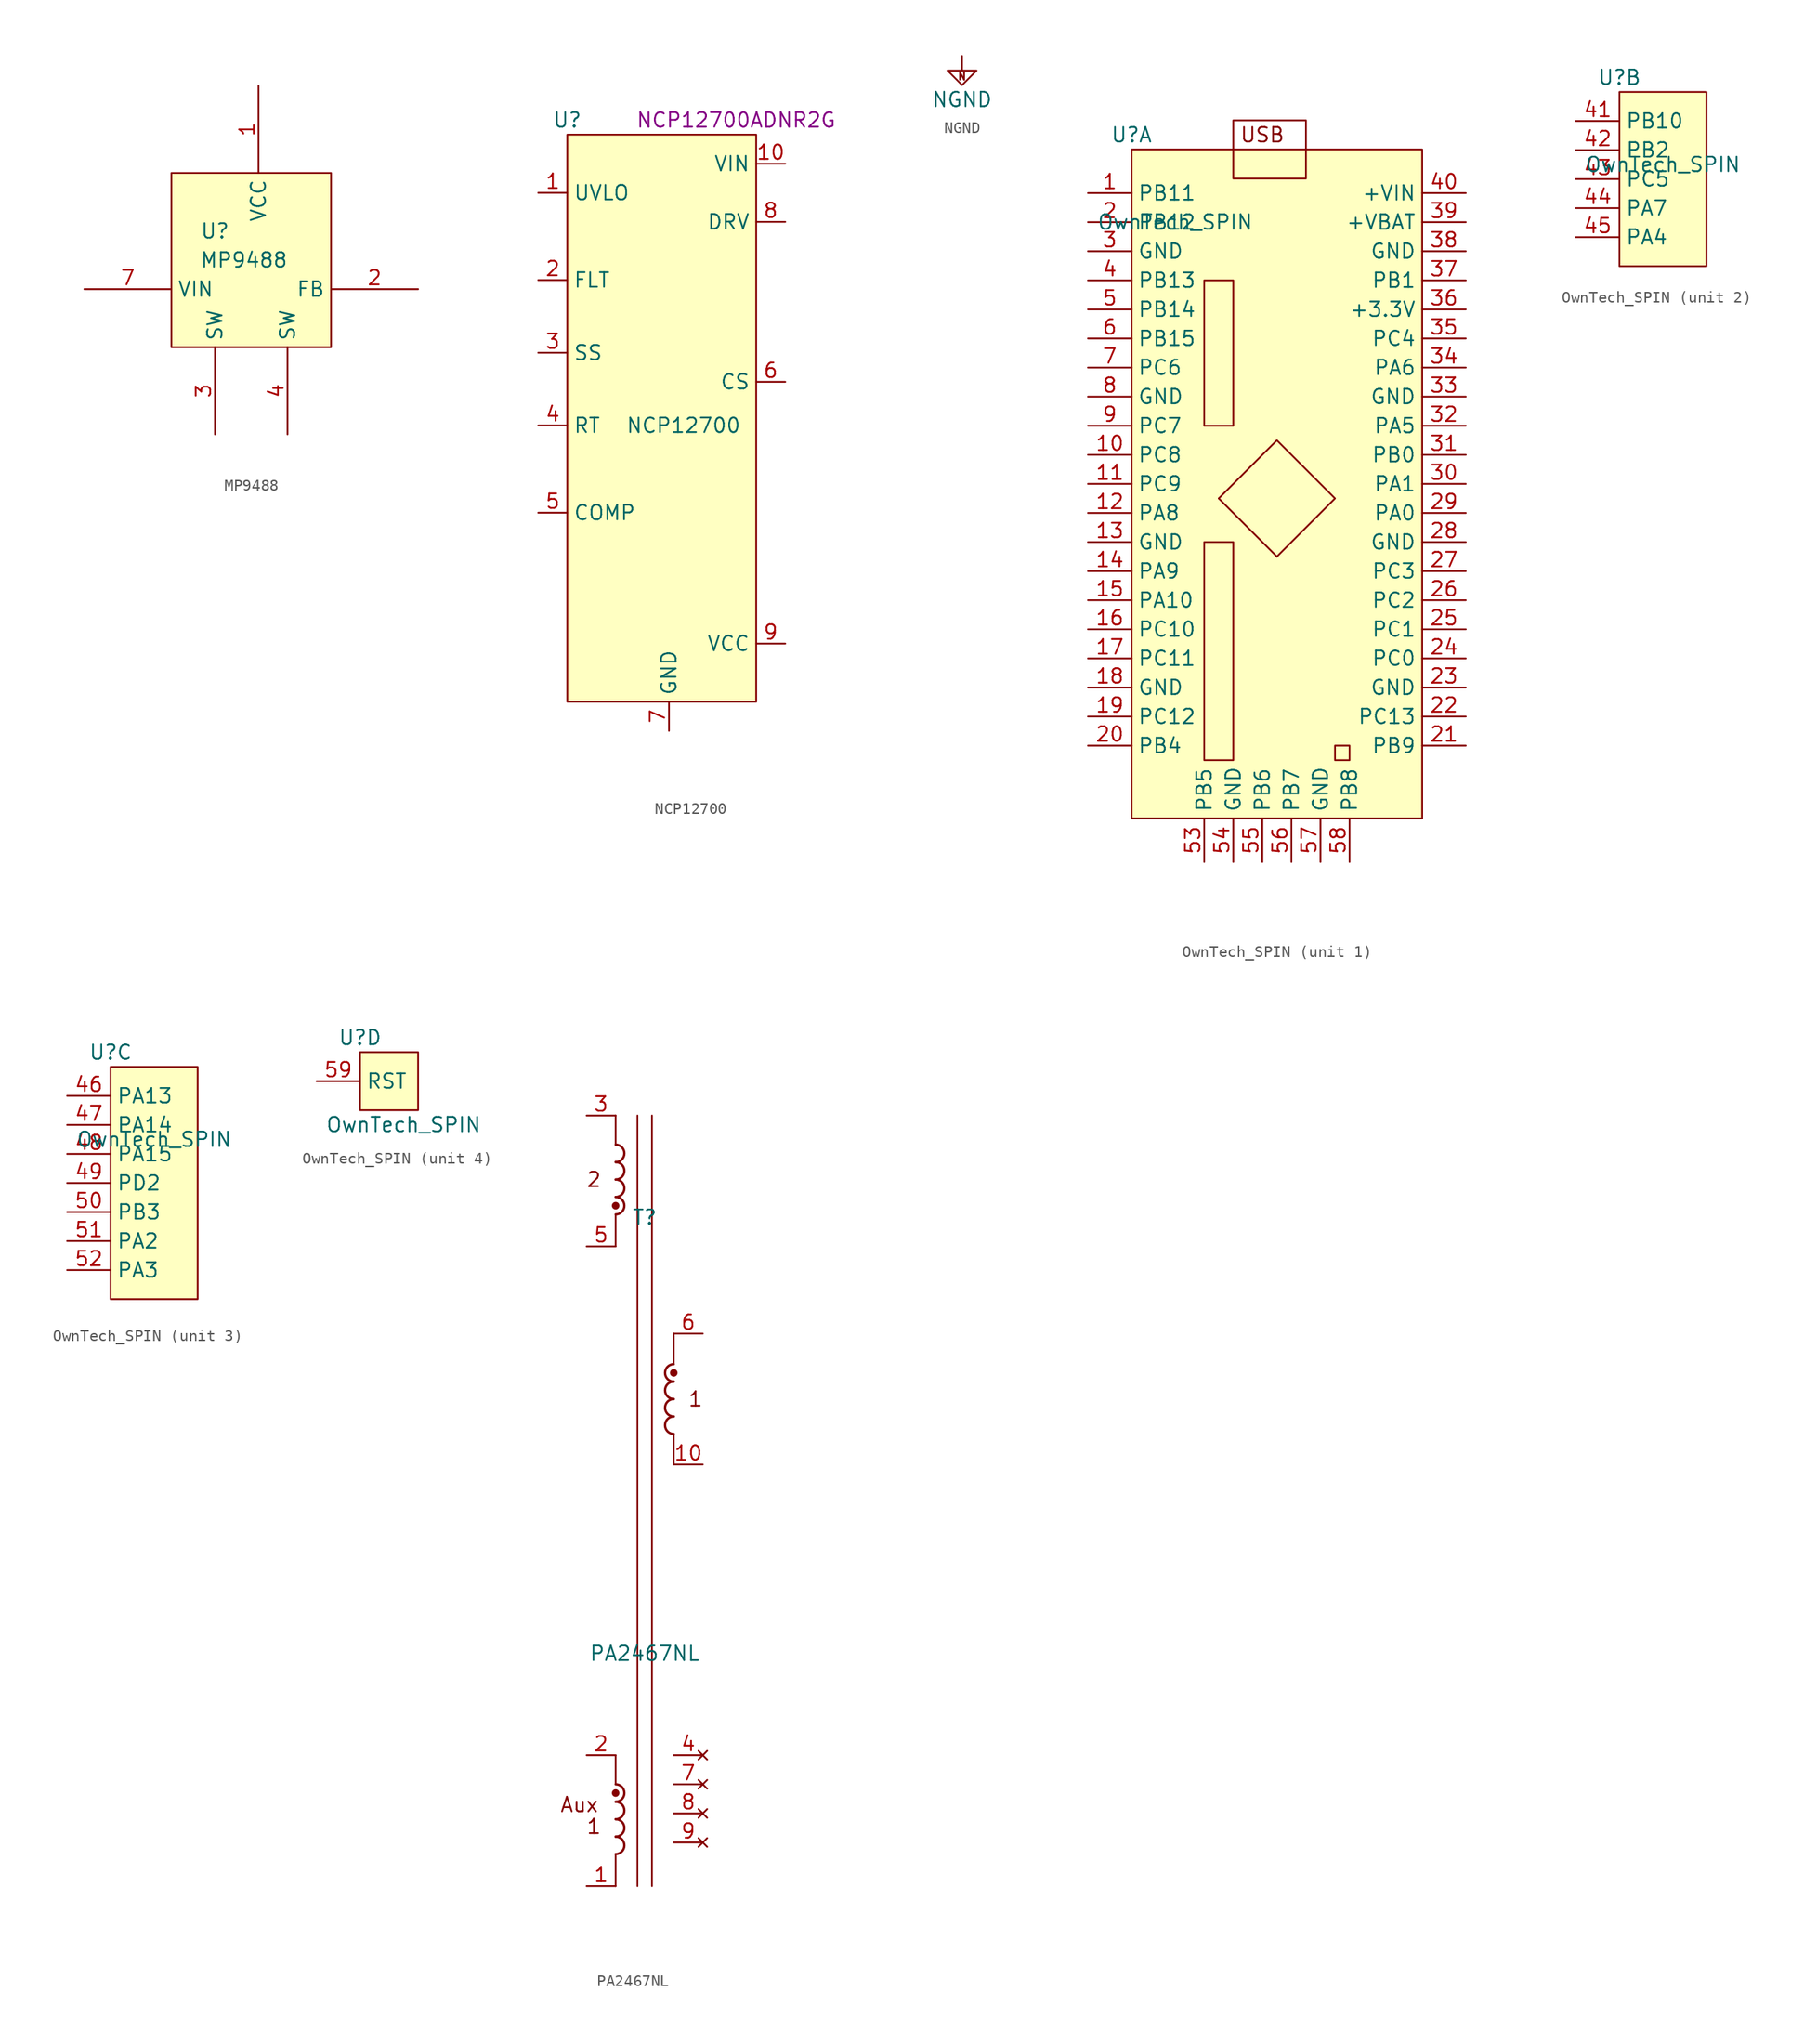
<source format=kicad_sym>
(kicad_symbol_lib
  (version 20220914)
  (generator kicad_symbol_editor)
  (symbol "MP9488"
    (property "Reference" "U"
      (at -3.81 1.27 0)
      (effects (font (size 1.27 1.27))))
    (property "Value" "MP9488"
      (at -1.27 -1.27 0)
      (effects (font (size 1.27 1.27))))
    (symbol "MP9488_0_1"
      (rectangle (start -7.62 6.35) (end 6.35 -8.89) (stroke (width 0) (type default)) (fill (type background))))
    (symbol "MP9488_1_1"
      (pin power_in line (at 0 13.97 270) (length 7.62) (name "VCC" (effects (font (size 1.27 1.27)))) (number "1" (effects (font (size 1.27 1.27)))))
      (pin input line (at 13.97 -3.81 180) (length 7.62) (name "FB" (effects (font (size 1.27 1.27)))) (number "2" (effects (font (size 1.27 1.27)))))
      (pin power_out line (at -3.81 -16.51 90) (length 7.62) (name "SW" (effects (font (size 1.27 1.27)))) (number "3" (effects (font (size 1.27 1.27)))))
      (pin power_out line (at 2.54 -16.51 90) (length 7.62) (name "SW" (effects (font (size 1.27 1.27)))) (number "4" (effects (font (size 1.27 1.27)))))
      (pin power_in line (at -15.24 -3.81 0) (length 7.62) (name "VIN" (effects (font (size 1.27 1.27)))) (number "7" (effects (font (size 1.27 1.27)))))))
  (symbol "NCP12700"
    (property "Reference" "U"
      (at -8.89 8.89 0)
      (effects (font (size 1.27 1.27))))
    (property "Value" "NCP12700"
      (at 1.27 -17.78 0)
      (effects (font (size 1.27 1.27))))
    (property "manf#" "NCP12700ADNR2G "
      (at 6.35 8.89 0)
      (effects (font (size 1.27 1.27))))
    (symbol "NCP12700_0_1"
      (rectangle (start -8.89 7.62) (end 7.62 -41.91) (stroke (width 0) (type default)) (fill (type background))))
    (symbol "NCP12700_1_1"
      (pin input line (at -11.43 2.54 0) (length 2.54) (name "UVLO" (effects (font (size 1.27 1.27)))) (number "1" (effects (font (size 1.27 1.27)))))
      (pin power_in line (at 10.16 5.08 180) (length 2.54) (name "VIN" (effects (font (size 1.27 1.27)))) (number "10" (effects (font (size 1.27 1.27)))))
      (pin input line (at -11.43 -5.08 0) (length 2.54) (name "FLT" (effects (font (size 1.27 1.27)))) (number "2" (effects (font (size 1.27 1.27)))))
      (pin input line (at -11.43 -11.43 0) (length 2.54) (name "SS" (effects (font (size 1.27 1.27)))) (number "3" (effects (font (size 1.27 1.27)))))
      (pin input line (at -11.43 -17.78 0) (length 2.54) (name "RT" (effects (font (size 1.27 1.27)))) (number "4" (effects (font (size 1.27 1.27)))))
      (pin input line (at -11.43 -25.4 0) (length 2.54) (name "COMP" (effects (font (size 1.27 1.27)))) (number "5" (effects (font (size 1.27 1.27)))))
      (pin input line (at 10.16 -13.97 180) (length 2.54) (name "CS" (effects (font (size 1.27 1.27)))) (number "6" (effects (font (size 1.27 1.27)))))
      (pin passive line (at 0 -44.45 90) (length 2.54) (name "GND" (effects (font (size 1.27 1.27)))) (number "7" (effects (font (size 1.27 1.27)))))
      (pin output line (at 10.16 0 180) (length 2.54) (name "DRV" (effects (font (size 1.27 1.27)))) (number "8" (effects (font (size 1.27 1.27)))))
      (pin power_in line (at 10.16 -36.83 180) (length 2.54) (name "VCC" (effects (font (size 1.27 1.27)))) (number "9" (effects (font (size 1.27 1.27)))))))
  (symbol "NGND"
    (power)
    (pin_names
      (offset 0))
    (property "Reference" "#PWR"
      (at 0 -6.35 0)
      (effects (font (size 1.27 1.27)) hide))
    (property "Value" "NGND"
      (at 0 -3.81 0)
      (effects (font (size 1.27 1.27))))
    (symbol "NGND_0_0"
      (text "N" (at 0 -1.778 0) (effects (font (size 0.63 0.63)))))
    (symbol "NGND_0_1"
      (polyline (pts (xy 0 0) (xy 0 -1.27) (xy 1.27 -1.27) (xy 0 -2.54) (xy -1.27 -1.27) (xy 0 -1.27)) (stroke (width 0) (type default)) (fill (type none))))
    (symbol "NGND_1_1"
      (pin power_in line (at 0 0 270) (length 0) hide (name "NGND" (effects (font (size 1.27 1.27)))) (number "1" (effects (font (size 1.27 1.27)))))))
  (symbol "OwnTech_SPIN"
    (property "Reference" "U"
      (at 0 1.27 0)
      (effects (font (size 1.27 1.27))))
    (property "Value" "OwnTech_SPIN"
      (at 3.81 -6.35 0)
      (effects (font (size 1.27 1.27))))
    (property "ki_locked" ""
      (at 0 0 0)
      (effects (font (size 1.27 1.27))))
    (symbol "OwnTech_SPIN_1_1"
      (polyline (pts (xy 12.7 -35.56) (xy 7.62 -30.48)) (stroke (width 0) (type default)) (fill (type none)))
      (polyline (pts (xy 7.62 -30.48) (xy 12.7 -25.4) (xy 17.78 -30.48) (xy 12.7 -35.56)) (stroke (width 0) (type default)) (fill (type none)))
      (rectangle (start 0 0) (end 25.4 -58.42) (stroke (width 0) (type default)) (fill (type background)))
      (rectangle (start 6.35 -34.29) (end 8.89 -53.34) (stroke (width 0) (type default)) (fill (type none)))
      (rectangle (start 6.35 -11.43) (end 8.89 -24.13) (stroke (width 0) (type default)) (fill (type none)))
      (rectangle (start 8.89 2.54) (end 15.24 -2.54) (stroke (width 0) (type default)) (fill (type none)))
      (rectangle (start 17.78 -52.07) (end 19.05 -53.34) (stroke (width 0) (type default)) (fill (type none)))
      (text "USB" (at 11.43 1.27 0) (effects (font (size 1.27 1.27))))
      (pin passive line (at -3.81 -3.81 0) (length 3.81) (name "PB11" (effects (font (size 1.27 1.27)))) (number "1" (effects (font (size 1.27 1.27)))))
      (pin passive line (at -3.81 -26.67 0) (length 3.81) (name "PC8" (effects (font (size 1.27 1.27)))) (number "10" (effects (font (size 1.27 1.27)))))
      (pin passive line (at -3.81 -29.21 0) (length 3.81) (name "PC9" (effects (font (size 1.27 1.27)))) (number "11" (effects (font (size 1.27 1.27)))))
      (pin passive line (at -3.81 -31.75 0) (length 3.81) (name "PA8" (effects (font (size 1.27 1.27)))) (number "12" (effects (font (size 1.27 1.27)))))
      (pin passive line (at -3.81 -34.29 0) (length 3.81) (name "GND" (effects (font (size 1.27 1.27)))) (number "13" (effects (font (size 1.27 1.27)))))
      (pin passive line (at -3.81 -36.83 0) (length 3.81) (name "PA9" (effects (font (size 1.27 1.27)))) (number "14" (effects (font (size 1.27 1.27)))))
      (pin passive line (at -3.81 -39.37 0) (length 3.81) (name "PA10" (effects (font (size 1.27 1.27)))) (number "15" (effects (font (size 1.27 1.27)))))
      (pin passive line (at -3.81 -41.91 0) (length 3.81) (name "PC10" (effects (font (size 1.27 1.27)))) (number "16" (effects (font (size 1.27 1.27)))))
      (pin passive line (at -3.81 -44.45 0) (length 3.81) (name "PC11" (effects (font (size 1.27 1.27)))) (number "17" (effects (font (size 1.27 1.27)))))
      (pin passive line (at -3.81 -46.99 0) (length 3.81) (name "GND" (effects (font (size 1.27 1.27)))) (number "18" (effects (font (size 1.27 1.27)))))
      (pin passive line (at -3.81 -49.53 0) (length 3.81) (name "PC12" (effects (font (size 1.27 1.27)))) (number "19" (effects (font (size 1.27 1.27)))))
      (pin passive line (at -3.81 -6.35 0) (length 3.81) (name "PB12" (effects (font (size 1.27 1.27)))) (number "2" (effects (font (size 1.27 1.27)))))
      (pin passive line (at -3.81 -52.07 0) (length 3.81) (name "PB4" (effects (font (size 1.27 1.27)))) (number "20" (effects (font (size 1.27 1.27)))))
      (pin passive line (at 29.21 -52.07 180) (length 3.81) (name "PB9" (effects (font (size 1.27 1.27)))) (number "21" (effects (font (size 1.27 1.27)))))
      (pin passive line (at 29.21 -49.53 180) (length 3.81) (name "PC13" (effects (font (size 1.27 1.27)))) (number "22" (effects (font (size 1.27 1.27)))))
      (pin passive line (at 29.21 -46.99 180) (length 3.81) (name "GND" (effects (font (size 1.27 1.27)))) (number "23" (effects (font (size 1.27 1.27)))))
      (pin passive line (at 29.21 -44.45 180) (length 3.81) (name "PC0" (effects (font (size 1.27 1.27)))) (number "24" (effects (font (size 1.27 1.27)))))
      (pin passive line (at 29.21 -41.91 180) (length 3.81) (name "PC1" (effects (font (size 1.27 1.27)))) (number "25" (effects (font (size 1.27 1.27)))))
      (pin passive line (at 29.21 -39.37 180) (length 3.81) (name "PC2" (effects (font (size 1.27 1.27)))) (number "26" (effects (font (size 1.27 1.27)))))
      (pin passive line (at 29.21 -36.83 180) (length 3.81) (name "PC3" (effects (font (size 1.27 1.27)))) (number "27" (effects (font (size 1.27 1.27)))))
      (pin passive line (at 29.21 -34.29 180) (length 3.81) (name "GND" (effects (font (size 1.27 1.27)))) (number "28" (effects (font (size 1.27 1.27)))))
      (pin passive line (at 29.21 -31.75 180) (length 3.81) (name "PA0" (effects (font (size 1.27 1.27)))) (number "29" (effects (font (size 1.27 1.27)))))
      (pin passive line (at -3.81 -8.89 0) (length 3.81) (name "GND" (effects (font (size 1.27 1.27)))) (number "3" (effects (font (size 1.27 1.27)))))
      (pin passive line (at 29.21 -29.21 180) (length 3.81) (name "PA1" (effects (font (size 1.27 1.27)))) (number "30" (effects (font (size 1.27 1.27)))))
      (pin passive line (at 29.21 -26.67 180) (length 3.81) (name "PB0" (effects (font (size 1.27 1.27)))) (number "31" (effects (font (size 1.27 1.27)))))
      (pin passive line (at 29.21 -24.13 180) (length 3.81) (name "PA5" (effects (font (size 1.27 1.27)))) (number "32" (effects (font (size 1.27 1.27)))))
      (pin passive line (at 29.21 -21.59 180) (length 3.81) (name "GND" (effects (font (size 1.27 1.27)))) (number "33" (effects (font (size 1.27 1.27)))))
      (pin passive line (at 29.21 -19.05 180) (length 3.81) (name "PA6" (effects (font (size 1.27 1.27)))) (number "34" (effects (font (size 1.27 1.27)))))
      (pin passive line (at 29.21 -16.51 180) (length 3.81) (name "PC4" (effects (font (size 1.27 1.27)))) (number "35" (effects (font (size 1.27 1.27)))))
      (pin power_out line (at 29.21 -13.97 180) (length 3.81) (name "+3.3V" (effects (font (size 1.27 1.27)))) (number "36" (effects (font (size 1.27 1.27)))))
      (pin passive line (at 29.21 -11.43 180) (length 3.81) (name "PB1" (effects (font (size 1.27 1.27)))) (number "37" (effects (font (size 1.27 1.27)))))
      (pin passive line (at 29.21 -8.89 180) (length 3.81) (name "GND" (effects (font (size 1.27 1.27)))) (number "38" (effects (font (size 1.27 1.27)))))
      (pin power_in line (at 29.21 -6.35 180) (length 3.81) (name "+VBAT" (effects (font (size 1.27 1.27)))) (number "39" (effects (font (size 1.27 1.27)))))
      (pin passive line (at -3.81 -11.43 0) (length 3.81) (name "PB13" (effects (font (size 1.27 1.27)))) (number "4" (effects (font (size 1.27 1.27)))))
      (pin power_in line (at 29.21 -3.81 180) (length 3.81) (name "+VIN" (effects (font (size 1.27 1.27)))) (number "40" (effects (font (size 1.27 1.27)))))
      (pin passive line (at -3.81 -13.97 0) (length 3.81) (name "PB14" (effects (font (size 1.27 1.27)))) (number "5" (effects (font (size 1.27 1.27)))))
      (pin passive line (at 6.35 -62.23 90) (length 3.81) (name "PB5" (effects (font (size 1.27 1.27)))) (number "53" (effects (font (size 1.27 1.27)))))
      (pin passive line (at 8.89 -62.23 90) (length 3.81) (name "GND" (effects (font (size 1.27 1.27)))) (number "54" (effects (font (size 1.27 1.27)))))
      (pin passive line (at 11.43 -62.23 90) (length 3.81) (name "PB6" (effects (font (size 1.27 1.27)))) (number "55" (effects (font (size 1.27 1.27)))))
      (pin passive line (at 13.97 -62.23 90) (length 3.81) (name "PB7" (effects (font (size 1.27 1.27)))) (number "56" (effects (font (size 1.27 1.27)))))
      (pin passive line (at 16.51 -62.23 90) (length 3.81) (name "GND" (effects (font (size 1.27 1.27)))) (number "57" (effects (font (size 1.27 1.27)))))
      (pin passive line (at 19.05 -62.23 90) (length 3.81) (name "PB8" (effects (font (size 1.27 1.27)))) (number "58" (effects (font (size 1.27 1.27)))))
      (pin passive line (at -3.81 -16.51 0) (length 3.81) (name "PB15" (effects (font (size 1.27 1.27)))) (number "6" (effects (font (size 1.27 1.27)))))
      (pin passive line (at -3.81 -19.05 0) (length 3.81) (name "PC6" (effects (font (size 1.27 1.27)))) (number "7" (effects (font (size 1.27 1.27)))))
      (pin passive line (at -3.81 -21.59 0) (length 3.81) (name "GND" (effects (font (size 1.27 1.27)))) (number "8" (effects (font (size 1.27 1.27)))))
      (pin passive line (at -3.81 -24.13 0) (length 3.81) (name "PC7" (effects (font (size 1.27 1.27)))) (number "9" (effects (font (size 1.27 1.27))))))
    (symbol "OwnTech_SPIN_2_1"
      (rectangle (start 0 0) (end 7.62 -15.24) (stroke (width 0) (type default)) (fill (type background)))
      (pin passive line (at -3.81 -2.54 0) (length 3.81) (name "PB10" (effects (font (size 1.27 1.27)))) (number "41" (effects (font (size 1.27 1.27)))))
      (pin passive line (at -3.81 -5.08 0) (length 3.81) (name "PB2" (effects (font (size 1.27 1.27)))) (number "42" (effects (font (size 1.27 1.27)))))
      (pin passive line (at -3.81 -7.62 0) (length 3.81) (name "PC5" (effects (font (size 1.27 1.27)))) (number "43" (effects (font (size 1.27 1.27)))))
      (pin passive line (at -3.81 -10.16 0) (length 3.81) (name "PA7" (effects (font (size 1.27 1.27)))) (number "44" (effects (font (size 1.27 1.27)))))
      (pin passive line (at -3.81 -12.7 0) (length 3.81) (name "PA4" (effects (font (size 1.27 1.27)))) (number "45" (effects (font (size 1.27 1.27))))))
    (symbol "OwnTech_SPIN_3_1"
      (rectangle (start 0 0) (end 7.62 -20.32) (stroke (width 0) (type default)) (fill (type background)))
      (pin passive line (at -3.81 -2.54 0) (length 3.81) (name "PA13" (effects (font (size 1.27 1.27)))) (number "46" (effects (font (size 1.27 1.27)))))
      (pin passive line (at -3.81 -5.08 0) (length 3.81) (name "PA14" (effects (font (size 1.27 1.27)))) (number "47" (effects (font (size 1.27 1.27)))))
      (pin passive line (at -3.81 -7.62 0) (length 3.81) (name "PA15" (effects (font (size 1.27 1.27)))) (number "48" (effects (font (size 1.27 1.27)))))
      (pin passive line (at -3.81 -10.16 0) (length 3.81) (name "PD2" (effects (font (size 1.27 1.27)))) (number "49" (effects (font (size 1.27 1.27)))))
      (pin passive line (at -3.81 -12.7 0) (length 3.81) (name "PB3" (effects (font (size 1.27 1.27)))) (number "50" (effects (font (size 1.27 1.27)))))
      (pin passive line (at -3.81 -15.24 0) (length 3.81) (name "PA2" (effects (font (size 1.27 1.27)))) (number "51" (effects (font (size 1.27 1.27)))))
      (pin passive line (at -3.81 -17.78 0) (length 3.81) (name "PA3" (effects (font (size 1.27 1.27)))) (number "52" (effects (font (size 1.27 1.27))))))
    (symbol "OwnTech_SPIN_4_1"
      (rectangle (start 0 0) (end 5.08 -5.08) (stroke (width 0) (type default)) (fill (type background)))
      (pin passive line (at -3.81 -2.54 0) (length 3.81) (name "RST" (effects (font (size 1.27 1.27)))) (number "59" (effects (font (size 1.27 1.27)))))))
  (symbol "PA2467NL"
    (pin_names hide)
    (property "Reference" "T"
      (at 0 13.97 0)
      (effects (font (size 1.27 1.27))))
    (property "Value" "PA2467NL"
      (at 0 -24.13 0)
      (effects (font (size 1.27 1.27))))
    (symbol "PA2467NL_0_0"
      (text "1" (at -4.445 -39.243 0) (effects (font (size 1.27 1.27))))
      (text "1" (at 4.445 -1.905 0) (effects (font (size 1.27 1.27))))
      (text "2" (at -4.445 17.272 0) (effects (font (size 1.27 1.27))))
      (text "Aux" (at -5.715 -37.338 0) (effects (font (size 1.27 1.27)))))
    (symbol "PA2467NL_0_1"
      (arc (start -2.54 -41.656) (mid -1.7813 -40.894) (end -2.54 -40.132) (stroke (width 0.2032) (type default)) (fill (type none)))
      (arc (start -2.54 -40.132) (mid -1.7813 -39.37) (end -2.54 -38.608) (stroke (width 0.2032) (type default)) (fill (type none)))
      (arc (start -2.54 -38.608) (mid -1.7813 -37.846) (end -2.54 -37.084) (stroke (width 0.2032) (type default)) (fill (type none)))
      (arc (start -2.54 -37.084) (mid -1.7813 -36.322) (end -2.54 -35.56) (stroke (width 0.2032) (type default)) (fill (type none)))
      (circle (center -2.54 -36.322) (radius 0.254) (stroke (width 0) (type default)) (fill (type outline)))
      (arc (start -2.54 14.224) (mid -1.7813 14.986) (end -2.54 15.748) (stroke (width 0.2032) (type default)) (fill (type none)))
      (circle (center -2.54 14.986) (radius 0.254) (stroke (width 0) (type default)) (fill (type outline)))
      (arc (start -2.54 15.748) (mid -1.7813 16.51) (end -2.54 17.272) (stroke (width 0.2032) (type default)) (fill (type none)))
      (arc (start -2.54 17.272) (mid -1.7813 18.034) (end -2.54 18.796) (stroke (width 0.2032) (type default)) (fill (type none)))
      (arc (start -2.54 18.796) (mid -1.7813 19.558) (end -2.54 20.32) (stroke (width 0.2032) (type default)) (fill (type none)))
      (polyline (pts (xy -2.54 -41.656) (xy -2.54 -44.45)) (stroke (width 0) (type default)) (fill (type none)))
      (polyline (pts (xy -2.54 -33.02) (xy -2.54 -35.56)) (stroke (width 0) (type default)) (fill (type none)))
      (polyline (pts (xy -2.54 14.224) (xy -2.54 11.43)) (stroke (width 0) (type default)) (fill (type none)))
      (polyline (pts (xy -2.54 22.86) (xy -2.54 20.32)) (stroke (width 0) (type default)) (fill (type none)))
      (polyline (pts (xy -0.635 22.86) (xy -0.635 -44.45)) (stroke (width 0) (type default)) (fill (type none)))
      (polyline (pts (xy 0.635 22.86) (xy 0.635 -44.45)) (stroke (width 0) (type default)) (fill (type none)))
      (polyline (pts (xy 2.54 -4.953) (xy 2.54 -7.62)) (stroke (width 0) (type default)) (fill (type none)))
      (polyline (pts (xy 2.54 3.81) (xy 2.54 1.27)) (stroke (width 0) (type default)) (fill (type none)))
      (arc (start 2.54 -3.429) (mid 1.7813 -4.191) (end 2.54 -4.953) (stroke (width 0.2032) (type default)) (fill (type none)))
      (arc (start 2.54 -1.905) (mid 1.7813 -2.667) (end 2.54 -3.429) (stroke (width 0.2032) (type default)) (fill (type none)))
      (arc (start 2.54 -0.381) (mid 1.7813 -1.143) (end 2.54 -1.905) (stroke (width 0.2032) (type default)) (fill (type none)))
      (circle (center 2.54 0.381) (radius 0.254) (stroke (width 0) (type default)) (fill (type outline))))
    (symbol "PA2467NL_1_1"
      (arc (start 2.54 1.143) (mid 1.7813 0.381) (end 2.54 -0.381) (stroke (width 0.2032) (type default)) (fill (type none)))
      (pin passive line (at -5.08 -44.45 0) (length 2.54) (name "~" (effects (font (size 1.27 1.27)))) (number "1" (effects (font (size 1.27 1.27)))))
      (pin passive line (at 5.08 -7.62 180) (length 2.54) (name "~" (effects (font (size 1.27 1.27)))) (number "10" (effects (font (size 1.27 1.27)))))
      (pin passive line (at -5.08 -33.02 0) (length 2.54) (name "~" (effects (font (size 1.27 1.27)))) (number "2" (effects (font (size 1.27 1.27)))))
      (pin passive line (at -5.08 22.86 0) (length 2.54) (name "~" (effects (font (size 1.27 1.27)))) (number "3" (effects (font (size 1.27 1.27)))))
      (pin no_connect line (at 5.08 -33.02 180) (length 2.54) (name "" (effects (font (size 1.27 1.27)))) (number "4" (effects (font (size 1.27 1.27)))))
      (pin passive line (at -5.08 11.43 0) (length 2.54) (name "~" (effects (font (size 1.27 1.27)))) (number "5" (effects (font (size 1.27 1.27)))))
      (pin passive line (at 5.08 3.81 180) (length 2.54) (name "~" (effects (font (size 1.27 1.27)))) (number "6" (effects (font (size 1.27 1.27)))))
      (pin no_connect line (at 5.08 -35.56 180) (length 2.54) (name "" (effects (font (size 1.27 1.27)))) (number "7" (effects (font (size 1.27 1.27)))))
      (pin no_connect line (at 5.08 -38.1 180) (length 2.54) (name "" (effects (font (size 1.27 1.27)))) (number "8" (effects (font (size 1.27 1.27)))))
      (pin no_connect line (at 5.08 -40.64 180) (length 2.54) (name "" (effects (font (size 1.27 1.27)))) (number "9" (effects (font (size 1.27 1.27))))))))
</source>
